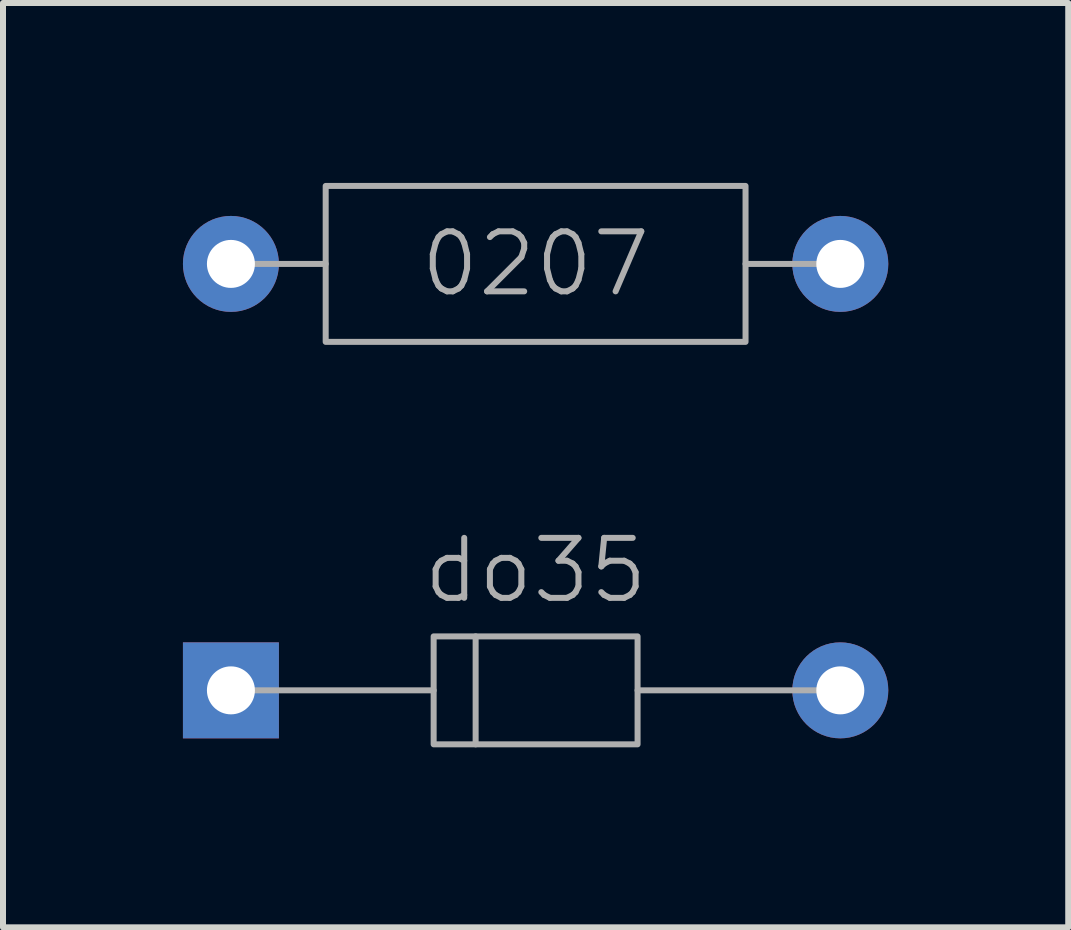
<source format=kicad_pcb>
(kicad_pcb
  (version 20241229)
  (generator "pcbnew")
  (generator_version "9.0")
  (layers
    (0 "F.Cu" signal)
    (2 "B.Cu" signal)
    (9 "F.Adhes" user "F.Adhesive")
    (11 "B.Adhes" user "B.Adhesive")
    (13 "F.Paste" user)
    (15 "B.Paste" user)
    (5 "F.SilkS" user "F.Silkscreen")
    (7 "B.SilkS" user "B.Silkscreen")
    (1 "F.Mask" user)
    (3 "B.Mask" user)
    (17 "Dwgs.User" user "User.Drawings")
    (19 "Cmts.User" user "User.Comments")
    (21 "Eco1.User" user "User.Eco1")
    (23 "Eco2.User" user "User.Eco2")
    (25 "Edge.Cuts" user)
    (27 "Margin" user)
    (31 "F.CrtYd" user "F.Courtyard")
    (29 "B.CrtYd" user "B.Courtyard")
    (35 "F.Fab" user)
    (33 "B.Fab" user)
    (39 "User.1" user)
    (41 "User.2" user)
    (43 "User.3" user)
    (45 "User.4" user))
  (footprint "0207"
    (layer "F.Cu")
    (at 5.88 1.35)
    (property "Reference" "0207" (at 0 0 0) (unlocked yes) (layer "F.Fab") (effects (font (size 1 1) (thickness 0.1))))
    (attr through_hole)
    (fp_line (start -5.08 0) (end -3.5 0) (stroke (width 0.1) (type default)) (layer "F.Fab"))
    (fp_line (start 5.08 0) (end 3.5 0) (stroke (width 0.1) (type default)) (layer "F.Fab"))
    (fp_rect (start -3.5 -1.3) (end 3.5 1.3) (stroke (width 0.1) (type default)) (fill no) (layer "F.Fab"))
    (pad "1" thru_hole circle (at -5.08 0) (size 1.6 1.6) (drill 0.8) (layers "*.Cu" "*.Mask"))
    (pad "2" thru_hole circle (at 5.08 0) (size 1.6 1.6) (drill 0.8) (layers "*.Cu" "*.Mask")))
  (footprint "do35"
    (layer "F.Cu")
    (at 5.88 8.46)
    (property "Reference" "do35" (at 0 -2 0) (unlocked yes) (layer "F.Fab") (effects (font (size 1 1) (thickness 0.1))))
    (attr through_hole)
    (fp_line (start -1.7 0) (end -5.08 0) (stroke (width 0.1) (type default)) (layer "F.Fab"))
    (fp_line (start -1 0.9) (end -1 -0.9) (stroke (width 0.1) (type default)) (layer "F.Fab"))
    (fp_line (start 1.7 0) (end 5.08 0) (stroke (width 0.1) (type default)) (layer "F.Fab"))
    (fp_rect (start -1.7 0.9) (end 1.7 -0.9) (stroke (width 0.1) (type default)) (fill no) (layer "F.Fab"))
    (pad "1" thru_hole rect (at -5.08 0) (size 1.6 1.6) (drill 0.8) (layers "*.Cu" "*.Mask"))
    (pad "2" thru_hole circle (at 5.08 0) (size 1.6 1.6) (drill 0.8) (layers "*.Cu" "*.Mask")))
  (gr_rect
    (start -3 -3)
    (end 14.76 12.411)
    (stroke (width 0.1) (type default))
    (fill no)
    (layer "Edge.Cuts")))
</source>
